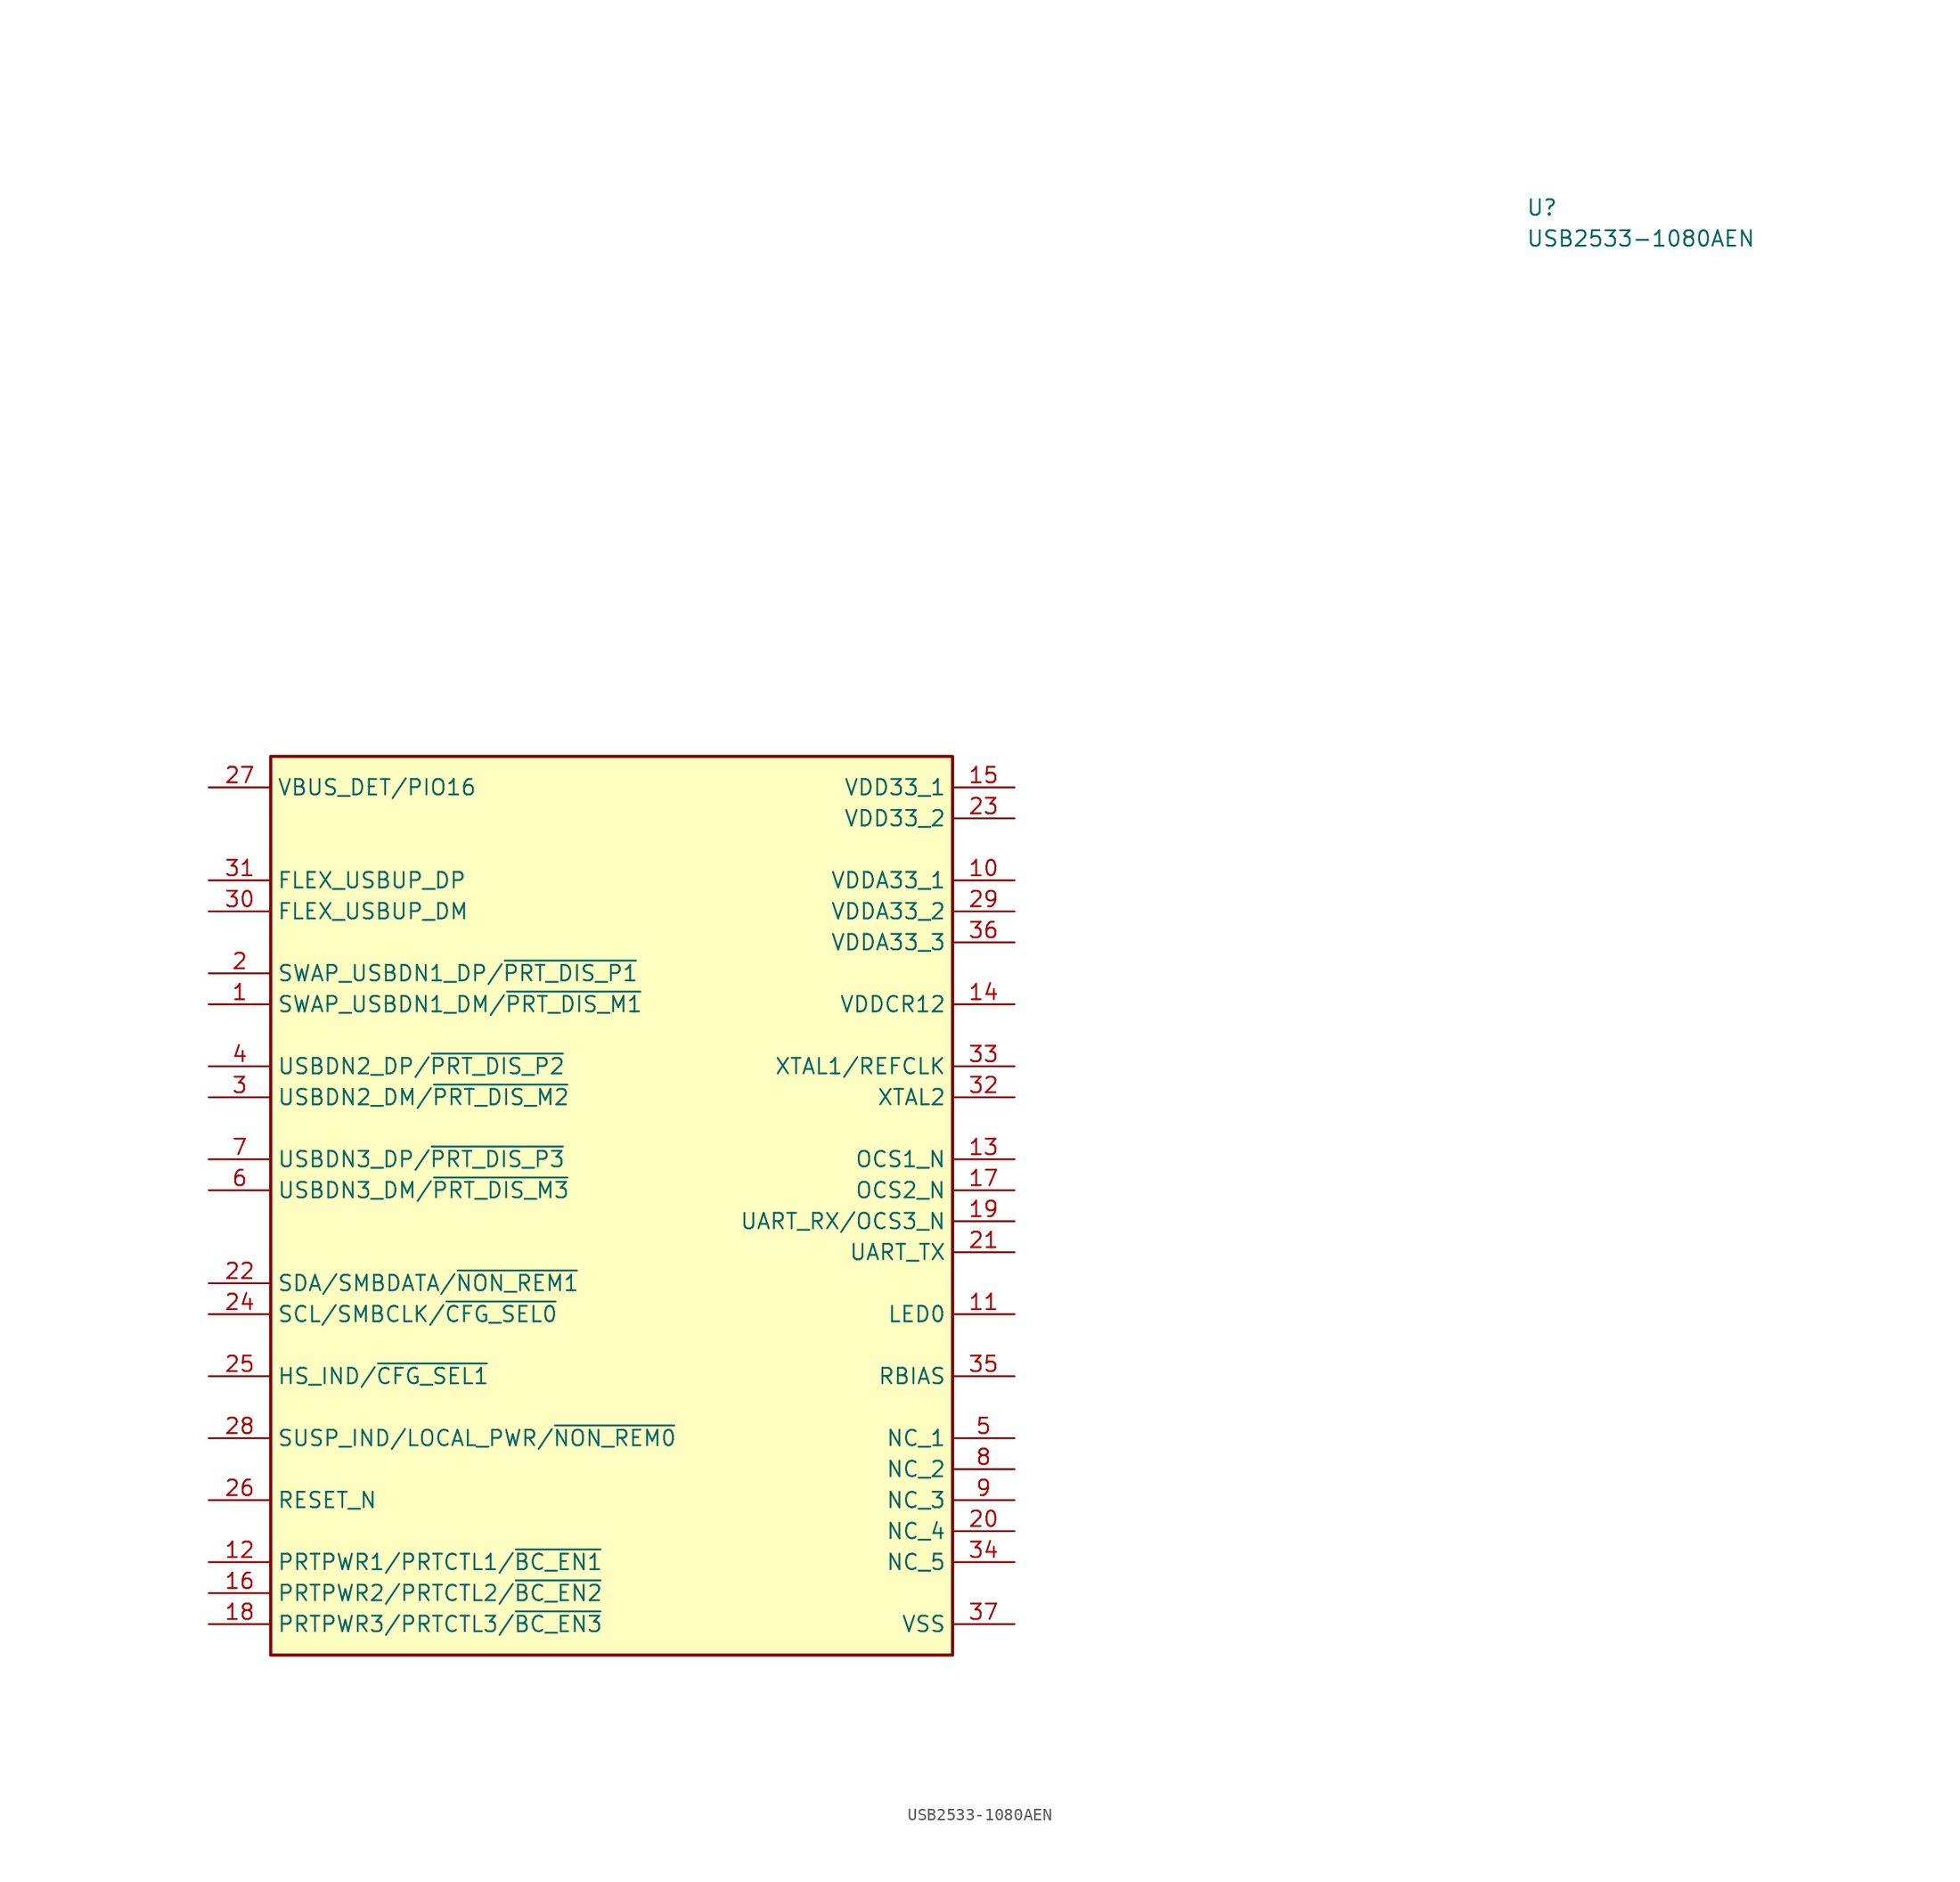
<source format=kicad_sym>
(kicad_symbol_lib
  (version 20231120)
  (generator "kicad_symbol_editor")
  (generator_version "8.0")
  (symbol "USB2533-1080AEN"
    (property "Reference" "U"
      (at 74.93 45.72 0)
      (effects (font (size 1.27 1.27)) (justify left top)))
    (property "Value" "USB2533-1080AEN"
      (at 74.93 43.18 0)
      (effects (font (size 1.27 1.27)) (justify left top)))
    (symbol "USB2533-1080AEN_1_1"
      (rectangle (start -27.94 0) (end 27.94 -73.66) (stroke (width 0.254) (type default)) (fill (type background)))
      (pin passive line (at -33.02 -20.32 0) (length 5.08) (name "SWAP_USBDN1_DM/~{PRT_DIS_M1}" (effects (font (size 1.27 1.27)))) (number "1" (effects (font (size 1.27 1.27)))))
      (pin passive line (at 33.02 -10.16 180) (length 5.08) (name "VDDA33_1" (effects (font (size 1.27 1.27)))) (number "10" (effects (font (size 1.27 1.27)))))
      (pin passive line (at 33.02 -45.72 180) (length 5.08) (name "LED0" (effects (font (size 1.27 1.27)))) (number "11" (effects (font (size 1.27 1.27)))))
      (pin passive line (at -33.02 -66.04 0) (length 5.08) (name "PRTPWR1/PRTCTL1/~{BC_EN1}" (effects (font (size 1.27 1.27)))) (number "12" (effects (font (size 1.27 1.27)))))
      (pin passive line (at 33.02 -33.02 180) (length 5.08) (name "OCS1_N" (effects (font (size 1.27 1.27)))) (number "13" (effects (font (size 1.27 1.27)))))
      (pin passive line (at 33.02 -20.32 180) (length 5.08) (name "VDDCR12" (effects (font (size 1.27 1.27)))) (number "14" (effects (font (size 1.27 1.27)))))
      (pin passive line (at 33.02 -2.54 180) (length 5.08) (name "VDD33_1" (effects (font (size 1.27 1.27)))) (number "15" (effects (font (size 1.27 1.27)))))
      (pin passive line (at -33.02 -68.58 0) (length 5.08) (name "PRTPWR2/PRTCTL2/~{BC_EN2}" (effects (font (size 1.27 1.27)))) (number "16" (effects (font (size 1.27 1.27)))))
      (pin passive line (at 33.02 -35.56 180) (length 5.08) (name "OCS2_N" (effects (font (size 1.27 1.27)))) (number "17" (effects (font (size 1.27 1.27)))))
      (pin passive line (at -33.02 -71.12 0) (length 5.08) (name "PRTPWR3/PRTCTL3/~{BC_EN3}" (effects (font (size 1.27 1.27)))) (number "18" (effects (font (size 1.27 1.27)))))
      (pin passive line (at 33.02 -38.1 180) (length 5.08) (name "UART_RX/OCS3_N" (effects (font (size 1.27 1.27)))) (number "19" (effects (font (size 1.27 1.27)))))
      (pin passive line (at -33.02 -17.78 0) (length 5.08) (name "SWAP_USBDN1_DP/~{PRT_DIS_P1}" (effects (font (size 1.27 1.27)))) (number "2" (effects (font (size 1.27 1.27)))))
      (pin passive line (at 33.02 -63.5 180) (length 5.08) (name "NC_4" (effects (font (size 1.27 1.27)))) (number "20" (effects (font (size 1.27 1.27)))))
      (pin passive line (at 33.02 -40.64 180) (length 5.08) (name "UART_TX" (effects (font (size 1.27 1.27)))) (number "21" (effects (font (size 1.27 1.27)))))
      (pin passive line (at -33.02 -43.18 0) (length 5.08) (name "SDA/SMBDATA/~{NON_REM1}" (effects (font (size 1.27 1.27)))) (number "22" (effects (font (size 1.27 1.27)))))
      (pin passive line (at 33.02 -5.08 180) (length 5.08) (name "VDD33_2" (effects (font (size 1.27 1.27)))) (number "23" (effects (font (size 1.27 1.27)))))
      (pin passive line (at -33.02 -45.72 0) (length 5.08) (name "SCL/SMBCLK/~{CFG_SEL0}" (effects (font (size 1.27 1.27)))) (number "24" (effects (font (size 1.27 1.27)))))
      (pin passive line (at -33.02 -50.8 0) (length 5.08) (name "HS_IND/~{CFG_SEL1}" (effects (font (size 1.27 1.27)))) (number "25" (effects (font (size 1.27 1.27)))))
      (pin passive line (at -33.02 -60.96 0) (length 5.08) (name "RESET_N" (effects (font (size 1.27 1.27)))) (number "26" (effects (font (size 1.27 1.27)))))
      (pin passive line (at -33.02 -2.54 0) (length 5.08) (name "VBUS_DET/PIO16" (effects (font (size 1.27 1.27)))) (number "27" (effects (font (size 1.27 1.27)))))
      (pin passive line (at -33.02 -55.88 0) (length 5.08) (name "SUSP_IND/LOCAL_PWR/~{NON_REM0}" (effects (font (size 1.27 1.27)))) (number "28" (effects (font (size 1.27 1.27)))))
      (pin passive line (at 33.02 -12.7 180) (length 5.08) (name "VDDA33_2" (effects (font (size 1.27 1.27)))) (number "29" (effects (font (size 1.27 1.27)))))
      (pin passive line (at -33.02 -27.94 0) (length 5.08) (name "USBDN2_DM/~{PRT_DIS_M2}" (effects (font (size 1.27 1.27)))) (number "3" (effects (font (size 1.27 1.27)))))
      (pin passive line (at -33.02 -12.7 0) (length 5.08) (name "FLEX_USBUP_DM" (effects (font (size 1.27 1.27)))) (number "30" (effects (font (size 1.27 1.27)))))
      (pin passive line (at -33.02 -10.16 0) (length 5.08) (name "FLEX_USBUP_DP" (effects (font (size 1.27 1.27)))) (number "31" (effects (font (size 1.27 1.27)))))
      (pin passive line (at 33.02 -27.94 180) (length 5.08) (name "XTAL2" (effects (font (size 1.27 1.27)))) (number "32" (effects (font (size 1.27 1.27)))))
      (pin passive line (at 33.02 -25.4 180) (length 5.08) (name "XTAL1/REFCLK" (effects (font (size 1.27 1.27)))) (number "33" (effects (font (size 1.27 1.27)))))
      (pin passive line (at 33.02 -66.04 180) (length 5.08) (name "NC_5" (effects (font (size 1.27 1.27)))) (number "34" (effects (font (size 1.27 1.27)))))
      (pin passive line (at 33.02 -50.8 180) (length 5.08) (name "RBIAS" (effects (font (size 1.27 1.27)))) (number "35" (effects (font (size 1.27 1.27)))))
      (pin passive line (at 33.02 -15.24 180) (length 5.08) (name "VDDA33_3" (effects (font (size 1.27 1.27)))) (number "36" (effects (font (size 1.27 1.27)))))
      (pin passive line (at 33.02 -71.12 180) (length 5.08) (name "VSS" (effects (font (size 1.27 1.27)))) (number "37" (effects (font (size 1.27 1.27)))))
      (pin passive line (at -33.02 -25.4 0) (length 5.08) (name "USBDN2_DP/~{PRT_DIS_P2}" (effects (font (size 1.27 1.27)))) (number "4" (effects (font (size 1.27 1.27)))))
      (pin passive line (at 33.02 -55.88 180) (length 5.08) (name "NC_1" (effects (font (size 1.27 1.27)))) (number "5" (effects (font (size 1.27 1.27)))))
      (pin passive line (at -33.02 -35.56 0) (length 5.08) (name "USBDN3_DM/~{PRT_DIS_M3}" (effects (font (size 1.27 1.27)))) (number "6" (effects (font (size 1.27 1.27)))))
      (pin passive line (at -33.02 -33.02 0) (length 5.08) (name "USBDN3_DP/~{PRT_DIS_P3}" (effects (font (size 1.27 1.27)))) (number "7" (effects (font (size 1.27 1.27)))))
      (pin passive line (at 33.02 -58.42 180) (length 5.08) (name "NC_2" (effects (font (size 1.27 1.27)))) (number "8" (effects (font (size 1.27 1.27)))))
      (pin passive line (at 33.02 -60.96 180) (length 5.08) (name "NC_3" (effects (font (size 1.27 1.27)))) (number "9" (effects (font (size 1.27 1.27))))))))
</source>
